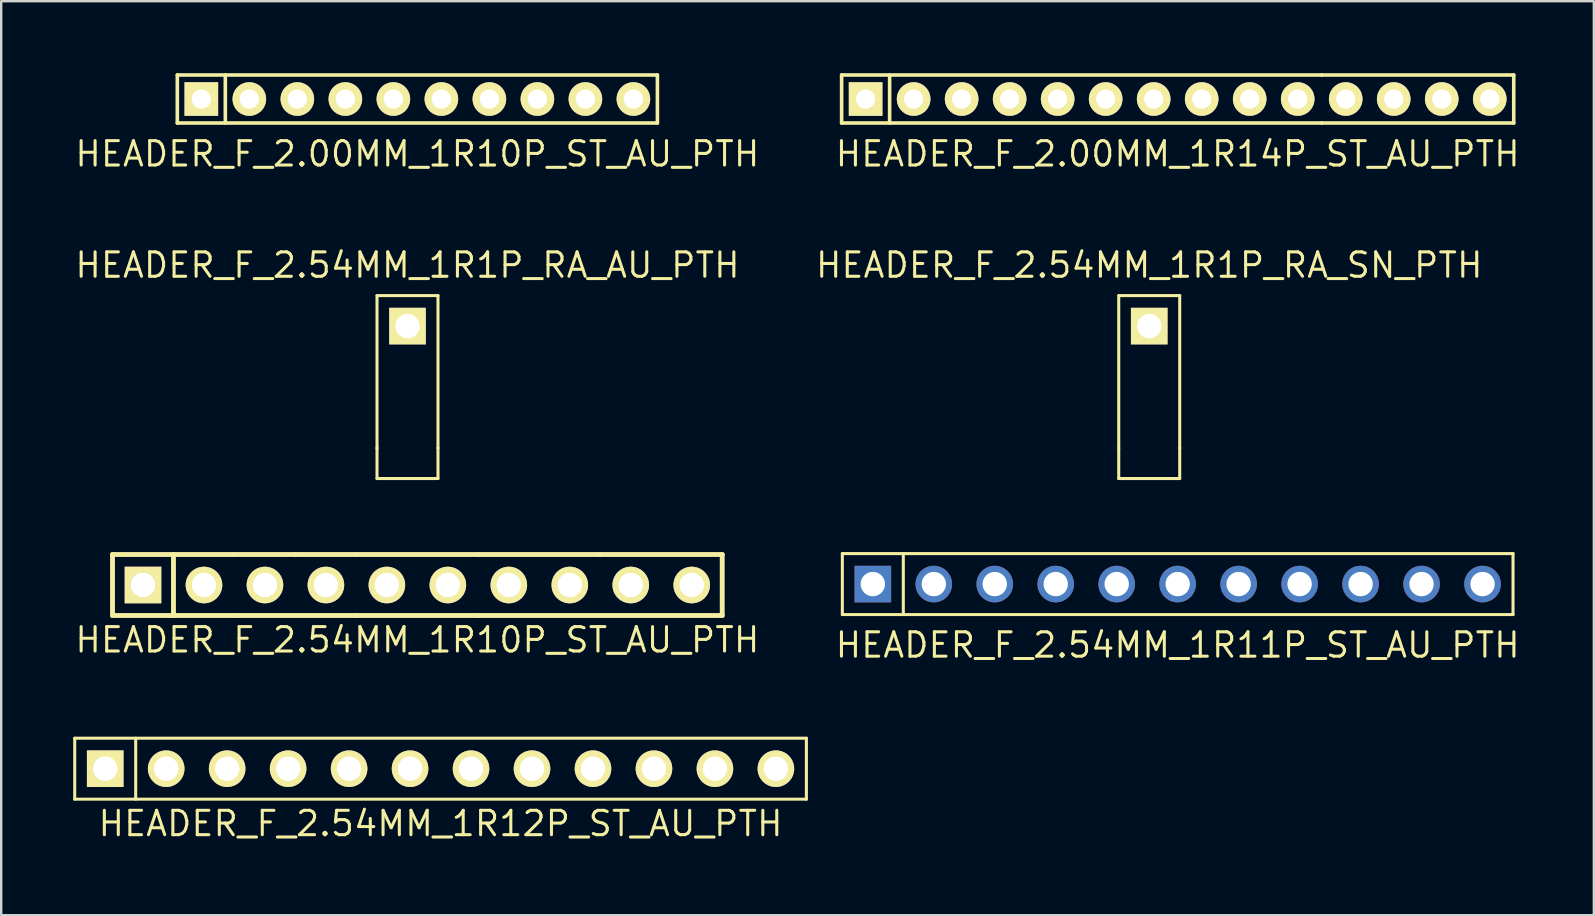
<source format=kicad_pcb>
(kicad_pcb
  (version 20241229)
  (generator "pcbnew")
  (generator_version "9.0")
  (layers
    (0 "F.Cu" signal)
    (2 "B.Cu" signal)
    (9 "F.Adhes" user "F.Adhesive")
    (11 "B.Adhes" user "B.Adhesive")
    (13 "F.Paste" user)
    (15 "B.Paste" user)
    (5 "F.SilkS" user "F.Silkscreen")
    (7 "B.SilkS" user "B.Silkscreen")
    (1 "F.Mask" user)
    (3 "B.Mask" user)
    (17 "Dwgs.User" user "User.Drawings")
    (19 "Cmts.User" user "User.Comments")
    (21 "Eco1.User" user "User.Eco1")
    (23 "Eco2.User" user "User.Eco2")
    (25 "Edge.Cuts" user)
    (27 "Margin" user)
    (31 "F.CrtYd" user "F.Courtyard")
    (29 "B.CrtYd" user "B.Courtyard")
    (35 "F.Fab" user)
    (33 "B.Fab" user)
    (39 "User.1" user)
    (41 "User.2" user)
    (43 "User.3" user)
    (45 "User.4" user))
  (footprint "HEADER_F_2.00MM_1R10P_ST_AU_PTH"
    (layer "F.Cu")
    (at 14.337 1.075)
    (property "Reference" "HEADER_F_2.00MM_1R10P_ST_AU_PTH" (at 0 2.286 0) (layer "F.SilkS") (effects (font (size 1.016 1.016) (thickness 0.127))))
    (attr through_hole)
    (fp_line (start -10 -1) (end -10 1) (stroke (width 0.15) (type solid)) (layer "F.SilkS"))
    (fp_line (start -10 1) (end 10 1) (stroke (width 0.15) (type solid)) (layer "F.SilkS"))
    (fp_line (start -8 -1) (end -8 1) (stroke (width 0.15) (type solid)) (layer "F.SilkS"))
    (fp_line (start 10 -1) (end -10 -1) (stroke (width 0.15) (type solid)) (layer "F.SilkS"))
    (fp_line (start 10 1) (end 10 -1) (stroke (width 0.15) (type solid)) (layer "F.SilkS"))
    (pad "1" thru_hole rect (at -9 0) (size 1.4 1.4) (drill 0.8) (layers "*.Cu" "*.Mask" "F.SilkS"))
    (pad "2" thru_hole circle (at -7 0) (size 1.4 1.4) (drill 0.8) (layers "*.Cu" "*.Mask" "F.SilkS"))
    (pad "3" thru_hole circle (at -5 0) (size 1.4 1.4) (drill 0.8) (layers "*.Cu" "*.Mask" "F.SilkS"))
    (pad "4" thru_hole circle (at -3 0) (size 1.4 1.4) (drill 0.8) (layers "*.Cu" "*.Mask" "F.SilkS"))
    (pad "5" thru_hole circle (at -1 0) (size 1.4 1.4) (drill 0.8) (layers "*.Cu" "*.Mask" "F.SilkS"))
    (pad "6" thru_hole circle (at 1 0) (size 1.4 1.4) (drill 0.8) (layers "*.Cu" "*.Mask" "F.SilkS"))
    (pad "7" thru_hole circle (at 3 0) (size 1.4 1.4) (drill 0.8) (layers "*.Cu" "*.Mask" "F.SilkS"))
    (pad "8" thru_hole circle (at 5 0) (size 1.4 1.4) (drill 0.8) (layers "*.Cu" "*.Mask" "F.SilkS"))
    (pad "9" thru_hole circle (at 7 0) (size 1.4 1.4) (drill 0.8) (layers "*.Cu" "*.Mask" "F.SilkS"))
    (pad "10" thru_hole circle (at 9 0) (size 1.4 1.4) (drill 0.8) (layers "*.Cu" "*.Mask" "F.SilkS")))
  (footprint "HEADER_F_2.54MM_1R10P_ST_AU_PTH"
    (layer "F.Cu")
    (at 14.337 21.321)
    (property "Reference" "HEADER_F_2.54MM_1R10P_ST_AU_PTH" (at 0 2.286 0) (layer "F.SilkS") (effects (font (size 1.016 1.016) (thickness 0.127))))
    (attr through_hole)
    (fp_line (start -12.7 -1.27) (end -10.16 -1.27) (stroke (width 0.203) (type solid)) (layer "F.SilkS"))
    (fp_line (start -12.7 1.27) (end -12.7 -1.27) (stroke (width 0.203) (type solid)) (layer "F.SilkS"))
    (fp_line (start -12.7 1.27) (end -10.16 1.27) (stroke (width 0.203) (type solid)) (layer "F.SilkS"))
    (fp_line (start -10.16 -1.27) (end -10.16 1.27) (stroke (width 0.203) (type solid)) (layer "F.SilkS"))
    (fp_line (start -10.16 -1.27) (end -7.62 -1.27) (stroke (width 0.203) (type solid)) (layer "F.SilkS"))
    (fp_line (start -10.16 1.27) (end -7.62 1.27) (stroke (width 0.203) (type solid)) (layer "F.SilkS"))
    (fp_line (start -7.62 -1.27) (end -5.08 -1.27) (stroke (width 0.203) (type solid)) (layer "F.SilkS"))
    (fp_line (start -7.62 1.27) (end -5.08 1.27) (stroke (width 0.203) (type solid)) (layer "F.SilkS"))
    (fp_line (start -5.08 -1.27) (end -2.54 -1.27) (stroke (width 0.203) (type solid)) (layer "F.SilkS"))
    (fp_line (start -5.08 1.27) (end -2.54 1.27) (stroke (width 0.203) (type solid)) (layer "F.SilkS"))
    (fp_line (start -2.54 -1.27) (end 2.54 -1.27) (stroke (width 0.203) (type solid)) (layer "F.SilkS"))
    (fp_line (start -2.54 1.27) (end 2.54 1.27) (stroke (width 0.203) (type solid)) (layer "F.SilkS"))
    (fp_line (start 2.54 -1.27) (end 7.62 -1.27) (stroke (width 0.203) (type solid)) (layer "F.SilkS"))
    (fp_line (start 2.54 1.27) (end 7.62 1.27) (stroke (width 0.203) (type solid)) (layer "F.SilkS"))
    (fp_line (start 7.62 -1.27) (end 12.7 -1.27) (stroke (width 0.203) (type solid)) (layer "F.SilkS"))
    (fp_line (start 7.62 1.27) (end 12.7 1.27) (stroke (width 0.203) (type solid)) (layer "F.SilkS"))
    (fp_line (start 12.7 -1.27) (end 12.7 1.27) (stroke (width 0.203) (type solid)) (layer "F.SilkS"))
    (pad "1" thru_hole rect (at -11.43 0) (size 1.524 1.524) (drill 1.016) (layers "*.Cu" "*.Mask" "F.SilkS"))
    (pad "2" thru_hole circle (at -8.89 0) (size 1.524 1.524) (drill 1.016) (layers "*.Cu" "*.Mask" "F.SilkS"))
    (pad "3" thru_hole circle (at -6.35 0) (size 1.524 1.524) (drill 1.016) (layers "*.Cu" "*.Mask" "F.SilkS"))
    (pad "4" thru_hole circle (at -3.81 0) (size 1.524 1.524) (drill 1.016) (layers "*.Cu" "*.Mask" "F.SilkS"))
    (pad "5" thru_hole circle (at -1.27 0) (size 1.524 1.524) (drill 1.016) (layers "*.Cu" "*.Mask" "F.SilkS"))
    (pad "6" thru_hole circle (at 1.27 0) (size 1.524 1.524) (drill 1.016) (layers "*.Cu" "*.Mask" "F.SilkS"))
    (pad "7" thru_hole circle (at 3.81 0) (size 1.524 1.524) (drill 1.016) (layers "*.Cu" "*.Mask" "F.SilkS"))
    (pad "8" thru_hole circle (at 6.35 0) (size 1.524 1.524) (drill 1.016) (layers "*.Cu" "*.Mask" "F.SilkS"))
    (pad "9" thru_hole circle (at 8.89 0) (size 1.524 1.524) (drill 1.016) (layers "*.Cu" "*.Mask" "F.SilkS"))
    (pad "10" thru_hole circle (at 11.43 0) (size 1.524 1.524) (drill 1.016) (layers "*.Cu" "*.Mask" "F.SilkS")))
  (footprint "HEADER_F_2.54MM_1R1P_RA_SN_PTH"
    (layer "F.Cu")
    (at 44.826 10.535)
    (property "Reference" "HEADER_F_2.54MM_1R1P_RA_SN_PTH" (at 0 -2.54 0) (layer "F.SilkS") (effects (font (size 1.016 1.016) (thickness 0.127))))
    (attr through_hole)
    (fp_line (start -1.27 -1.27) (end -1.27 5.08) (stroke (width 0.127) (type solid)) (layer "F.SilkS"))
    (fp_line (start -1.27 -1.27) (end 1.27 -1.27) (stroke (width 0.127) (type solid)) (layer "F.SilkS"))
    (fp_line (start -1.27 5.08) (end -1.27 6.35) (stroke (width 0.127) (type solid)) (layer "F.SilkS"))
    (fp_line (start -1.27 6.35) (end 1.27 6.35) (stroke (width 0.127) (type solid)) (layer "F.SilkS"))
    (fp_line (start 1.27 5.08) (end 1.27 -1.27) (stroke (width 0.127) (type solid)) (layer "F.SilkS"))
    (fp_line (start 1.27 5.08) (end 1.27 6.35) (stroke (width 0.127) (type solid)) (layer "F.SilkS"))
    (pad "1" thru_hole rect (at 0 0) (size 1.524 1.524) (drill 1.016) (layers "*.Cu" "*.Mask" "F.SilkS")))
  (footprint "HEADER_F_2.54MM_1R1P_RA_AU_PTH"
    (layer "F.Cu")
    (at 13.926 10.535)
    (property "Reference" "HEADER_F_2.54MM_1R1P_RA_AU_PTH" (at 0 -2.54 0) (layer "F.SilkS") (effects (font (size 1.016 1.016) (thickness 0.127))))
    (attr through_hole)
    (fp_line (start -1.27 -1.27) (end -1.27 5.08) (stroke (width 0.127) (type solid)) (layer "F.SilkS"))
    (fp_line (start -1.27 -1.27) (end 1.27 -1.27) (stroke (width 0.127) (type solid)) (layer "F.SilkS"))
    (fp_line (start -1.27 5.08) (end -1.27 6.35) (stroke (width 0.127) (type solid)) (layer "F.SilkS"))
    (fp_line (start -1.27 6.35) (end 1.27 6.35) (stroke (width 0.127) (type solid)) (layer "F.SilkS"))
    (fp_line (start 1.27 5.08) (end 1.27 -1.27) (stroke (width 0.127) (type solid)) (layer "F.SilkS"))
    (fp_line (start 1.27 5.08) (end 1.27 6.35) (stroke (width 0.127) (type solid)) (layer "F.SilkS"))
    (pad "1" thru_hole rect (at 0 0) (size 1.524 1.524) (drill 1.016) (layers "*.Cu" "*.Mask" "F.SilkS")))
  (footprint "HEADER_F_2.54MM_1R12P_ST_AU_PTH"
    (layer "F.Cu")
    (at 15.303 28.973)
    (property "Reference" "HEADER_F_2.54MM_1R12P_ST_AU_PTH" (at 0 2.286 0) (layer "F.SilkS") (effects (font (size 1.016 1.016) (thickness 0.127))))
    (attr through_hole)
    (fp_line (start -15.24 -1.27) (end 15.24 -1.27) (stroke (width 0.127) (type solid)) (layer "F.SilkS"))
    (fp_line (start -15.24 1.27) (end -15.24 -1.27) (stroke (width 0.127) (type solid)) (layer "F.SilkS"))
    (fp_line (start -12.7 1.27) (end -12.7 -1.27) (stroke (width 0.127) (type solid)) (layer "F.SilkS"))
    (fp_line (start 15.24 -1.27) (end 15.24 1.27) (stroke (width 0.127) (type solid)) (layer "F.SilkS"))
    (fp_line (start 15.24 1.27) (end -15.24 1.27) (stroke (width 0.127) (type solid)) (layer "F.SilkS"))
    (pad "1" thru_hole rect (at -13.97 0) (size 1.524 1.524) (drill 1.016) (layers "*.Cu" "*.Mask" "F.SilkS"))
    (pad "2" thru_hole circle (at -11.43 0) (size 1.524 1.524) (drill 1.016) (layers "*.Cu" "*.Mask" "F.SilkS"))
    (pad "3" thru_hole circle (at -8.89 0) (size 1.524 1.524) (drill 1.016) (layers "*.Cu" "*.Mask" "F.SilkS"))
    (pad "4" thru_hole circle (at -6.35 0) (size 1.524 1.524) (drill 1.016) (layers "*.Cu" "*.Mask" "F.SilkS"))
    (pad "5" thru_hole circle (at -3.81 0) (size 1.524 1.524) (drill 1.016) (layers "*.Cu" "*.Mask" "F.SilkS"))
    (pad "6" thru_hole circle (at -1.27 0) (size 1.524 1.524) (drill 1.016) (layers "*.Cu" "*.Mask" "F.SilkS"))
    (pad "7" thru_hole circle (at 1.27 0) (size 1.524 1.524) (drill 1.016) (layers "*.Cu" "*.Mask" "F.SilkS"))
    (pad "8" thru_hole circle (at 3.81 0) (size 1.524 1.524) (drill 1.016) (layers "*.Cu" "*.Mask" "F.SilkS"))
    (pad "9" thru_hole circle (at 6.35 0) (size 1.524 1.524) (drill 1.016) (layers "*.Cu" "*.Mask" "F.SilkS"))
    (pad "10" thru_hole circle (at 8.89 0) (size 1.524 1.524) (drill 1.016) (layers "*.Cu" "*.Mask" "F.SilkS"))
    (pad "11" thru_hole circle (at 11.43 0) (size 1.524 1.524) (drill 1.016) (layers "*.Cu" "*.Mask" "F.SilkS"))
    (pad "12" thru_hole circle (at 13.97 0) (size 1.524 1.524) (drill 1.016) (layers "*.Cu" "*.Mask" "F.SilkS")))
  (footprint "HEADER_F_2.54MM_1R11P_ST_AU_PTH"
    (layer "F.Cu")
    (at 46.011 21.282)
    (property "Reference" "HEADER_F_2.54MM_1R11P_ST_AU_PTH" (at 0 2.54 0) (layer "F.SilkS") (effects (font (size 1.016 1.016) (thickness 0.127))))
    (attr through_hole)
    (fp_line (start -13.97 -1.27) (end 13.97 -1.27) (stroke (width 0.127) (type solid)) (layer "F.SilkS"))
    (fp_line (start -13.97 1.27) (end -13.97 -1.27) (stroke (width 0.127) (type solid)) (layer "F.SilkS"))
    (fp_line (start -11.43 1.27) (end -11.43 -1.27) (stroke (width 0.127) (type solid)) (layer "F.SilkS"))
    (fp_line (start 13.97 -1.27) (end 13.97 1.27) (stroke (width 0.127) (type solid)) (layer "F.SilkS"))
    (fp_line (start 13.97 1.27) (end -13.97 1.27) (stroke (width 0.127) (type solid)) (layer "F.SilkS"))
    (pad "1" thru_hole rect (at -12.7 0) (size 1.524 1.524) (drill 1.016) (layers "*.Cu" "*.Mask"))
    (pad "2" thru_hole circle (at -10.16 0) (size 1.524 1.524) (drill 1.016) (layers "*.Cu" "*.Mask"))
    (pad "3" thru_hole circle (at -7.62 0) (size 1.524 1.524) (drill 1.016) (layers "*.Cu" "*.Mask"))
    (pad "4" thru_hole circle (at -5.08 0) (size 1.524 1.524) (drill 1.016) (layers "*.Cu" "*.Mask"))
    (pad "5" thru_hole circle (at -2.54 0) (size 1.524 1.524) (drill 1.016) (layers "*.Cu" "*.Mask"))
    (pad "6" thru_hole circle (at 0 0) (size 1.524 1.524) (drill 1.016) (layers "*.Cu" "*.Mask"))
    (pad "7" thru_hole circle (at 2.54 0) (size 1.524 1.524) (drill 1.016) (layers "*.Cu" "*.Mask"))
    (pad "8" thru_hole circle (at 5.08 0) (size 1.524 1.524) (drill 1.016) (layers "*.Cu" "*.Mask"))
    (pad "9" thru_hole circle (at 7.62 0) (size 1.524 1.524) (drill 1.016) (layers "*.Cu" "*.Mask"))
    (pad "10" thru_hole circle (at 10.16 0) (size 1.524 1.524) (drill 1.016) (layers "*.Cu" "*.Mask"))
    (pad "11" thru_hole circle (at 12.7 0) (size 1.524 1.524) (drill 1.016) (layers "*.Cu" "*.Mask")))
  (footprint "HEADER_F_2.00MM_1R14P_ST_AU_PTH"
    (layer "F.Cu")
    (at 46.011 1.075)
    (property "Reference" "HEADER_F_2.00MM_1R14P_ST_AU_PTH" (at 0 2.286 0) (layer "F.SilkS") (effects (font (size 1.016 1.016) (thickness 0.127))))
    (attr through_hole)
    (fp_line (start -14 -1) (end -14 1) (stroke (width 0.15) (type solid)) (layer "F.SilkS"))
    (fp_line (start -14 1) (end 6 1) (stroke (width 0.15) (type solid)) (layer "F.SilkS"))
    (fp_line (start -12 -1) (end -12 1) (stroke (width 0.15) (type solid)) (layer "F.SilkS"))
    (fp_line (start 6 -1) (end -14 -1) (stroke (width 0.15) (type solid)) (layer "F.SilkS"))
    (fp_line (start 6 -1) (end 14 -1) (stroke (width 0.15) (type solid)) (layer "F.SilkS"))
    (fp_line (start 14 1) (end 6 1) (stroke (width 0.15) (type solid)) (layer "F.SilkS"))
    (fp_line (start 14 1) (end 14 -1) (stroke (width 0.15) (type solid)) (layer "F.SilkS"))
    (pad "1" thru_hole rect (at -13 0) (size 1.4 1.4) (drill 0.8) (layers "*.Cu" "*.Mask" "F.SilkS"))
    (pad "2" thru_hole circle (at -11 0) (size 1.4 1.4) (drill 0.8) (layers "*.Cu" "*.Mask" "F.SilkS"))
    (pad "3" thru_hole circle (at -9 0) (size 1.4 1.4) (drill 0.8) (layers "*.Cu" "*.Mask" "F.SilkS"))
    (pad "4" thru_hole circle (at -7 0) (size 1.4 1.4) (drill 0.8) (layers "*.Cu" "*.Mask" "F.SilkS"))
    (pad "5" thru_hole circle (at -5 0) (size 1.4 1.4) (drill 0.8) (layers "*.Cu" "*.Mask" "F.SilkS"))
    (pad "6" thru_hole circle (at -3 0) (size 1.4 1.4) (drill 0.8) (layers "*.Cu" "*.Mask" "F.SilkS"))
    (pad "7" thru_hole circle (at -1 0) (size 1.4 1.4) (drill 0.8) (layers "*.Cu" "*.Mask" "F.SilkS"))
    (pad "8" thru_hole circle (at 1 0) (size 1.4 1.4) (drill 0.8) (layers "*.Cu" "*.Mask" "F.SilkS"))
    (pad "9" thru_hole circle (at 3 0) (size 1.4 1.4) (drill 0.8) (layers "*.Cu" "*.Mask" "F.SilkS"))
    (pad "10" thru_hole circle (at 5 0) (size 1.4 1.4) (drill 0.8) (layers "*.Cu" "*.Mask" "F.SilkS"))
    (pad "11" thru_hole circle (at 7 0) (size 1.4 1.4) (drill 0.8) (layers "*.Cu" "*.Mask" "F.SilkS"))
    (pad "12" thru_hole circle (at 9 0) (size 1.4 1.4) (drill 0.8) (layers "*.Cu" "*.Mask" "F.SilkS"))
    (pad "13" thru_hole circle (at 11 0) (size 1.4 1.4) (drill 0.8) (layers "*.Cu" "*.Mask" "F.SilkS"))
    (pad "14" thru_hole circle (at 13 0) (size 1.4 1.4) (drill 0.8) (layers "*.Cu" "*.Mask" "F.SilkS")))
  (gr_rect
    (start -3 -3)
    (end 63.348 35.076)
    (stroke (width 0.1) (type default))
    (fill no)
    (layer "Edge.Cuts")))
</source>
